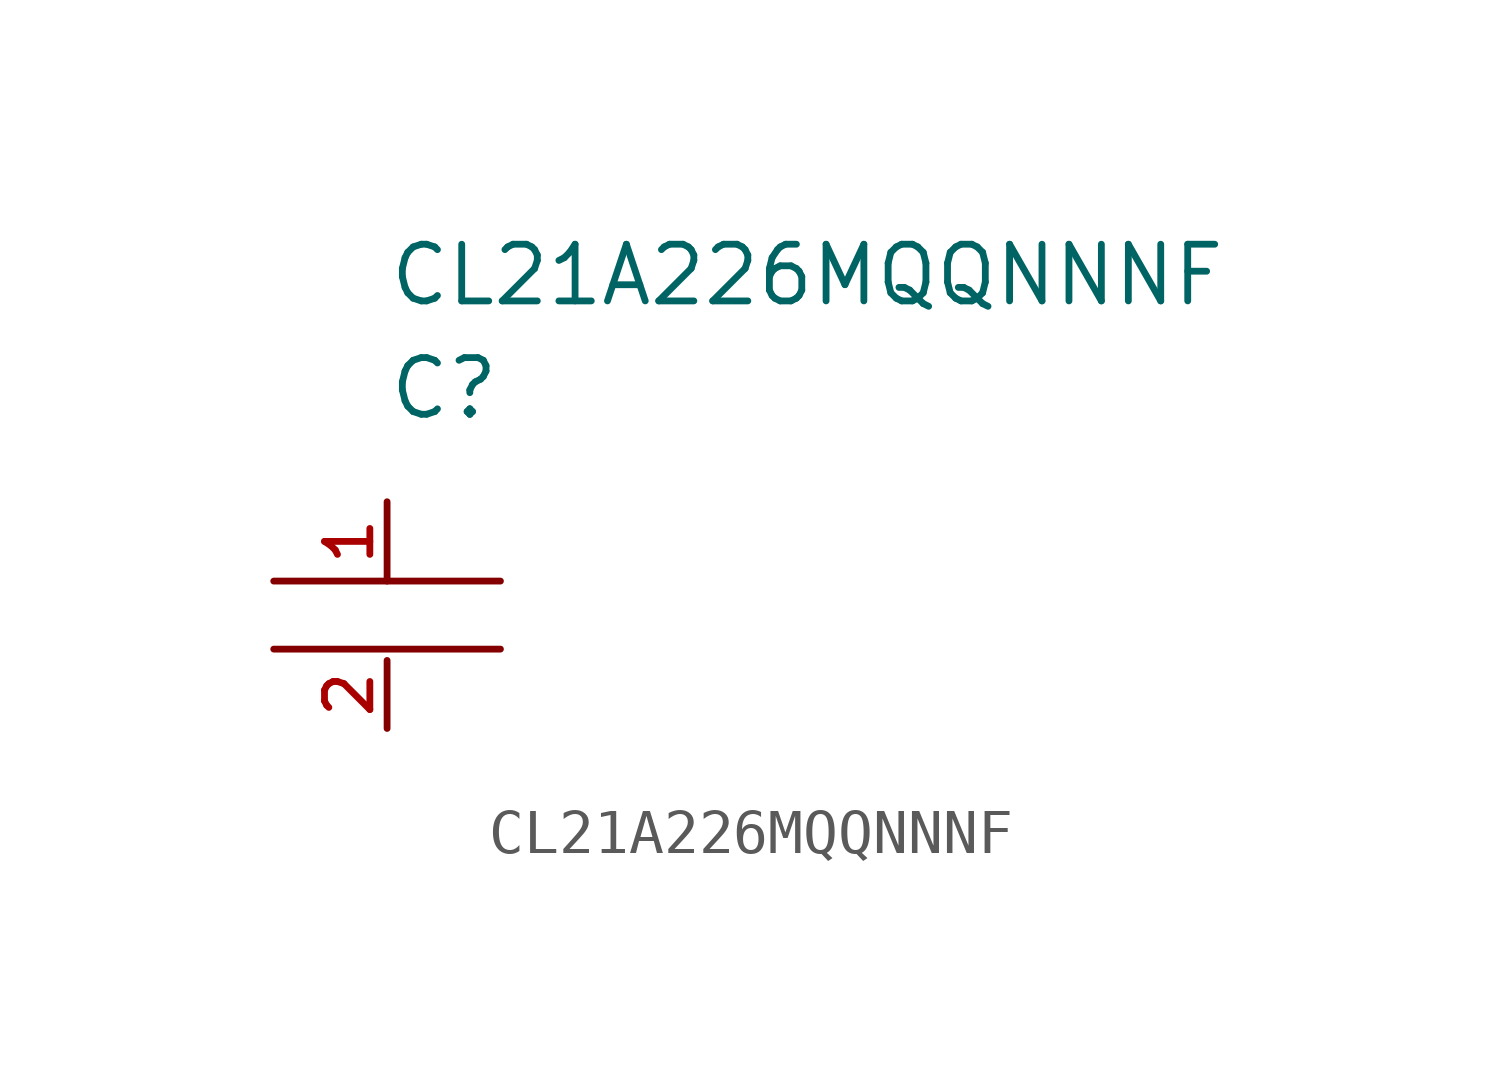
<source format=kicad_sym>
(kicad_symbol_lib
  (version 20220328)
  (generator kicad_symbol_editor)
  (symbol "CL21A226MQQNNNF"
    (pin_names
      (offset 1.016))
    (property "Reference" "C"
      (at 0 2.54 0)
      (effects (font (size 1.27 1.27)) (justify left)))
    (property "Value" "CL21A226MQQNNNF"
      (at 0 5.08 0)
      (effects (font (size 1.27 1.27)) (justify left)))
    (property "ki_locked" ""
      (at 0 0 0)
      (effects (font (size 1.27 1.27))))
    (symbol "CL21A226MQQNNNF_1_1"
      (polyline (pts (xy 2.54 -3.302) (xy -2.54 -3.302)) (stroke (width 0) (type solid)) (fill (type none)))
      (polyline (pts (xy 2.54 -1.778) (xy -2.54 -1.778)) (stroke (width 0) (type solid)) (fill (type none)))
      (pin passive line (at 0 0 270) (length 1.778) (name "1" (effects (font (size 0 0)))) (number "1" (effects (font (size 1.016 1.016)))))
      (pin passive line (at 0 -5.08 90) (length 1.524) (name "2" (effects (font (size 0 0)))) (number "2" (effects (font (size 1.016 1.016))))))))
</source>
